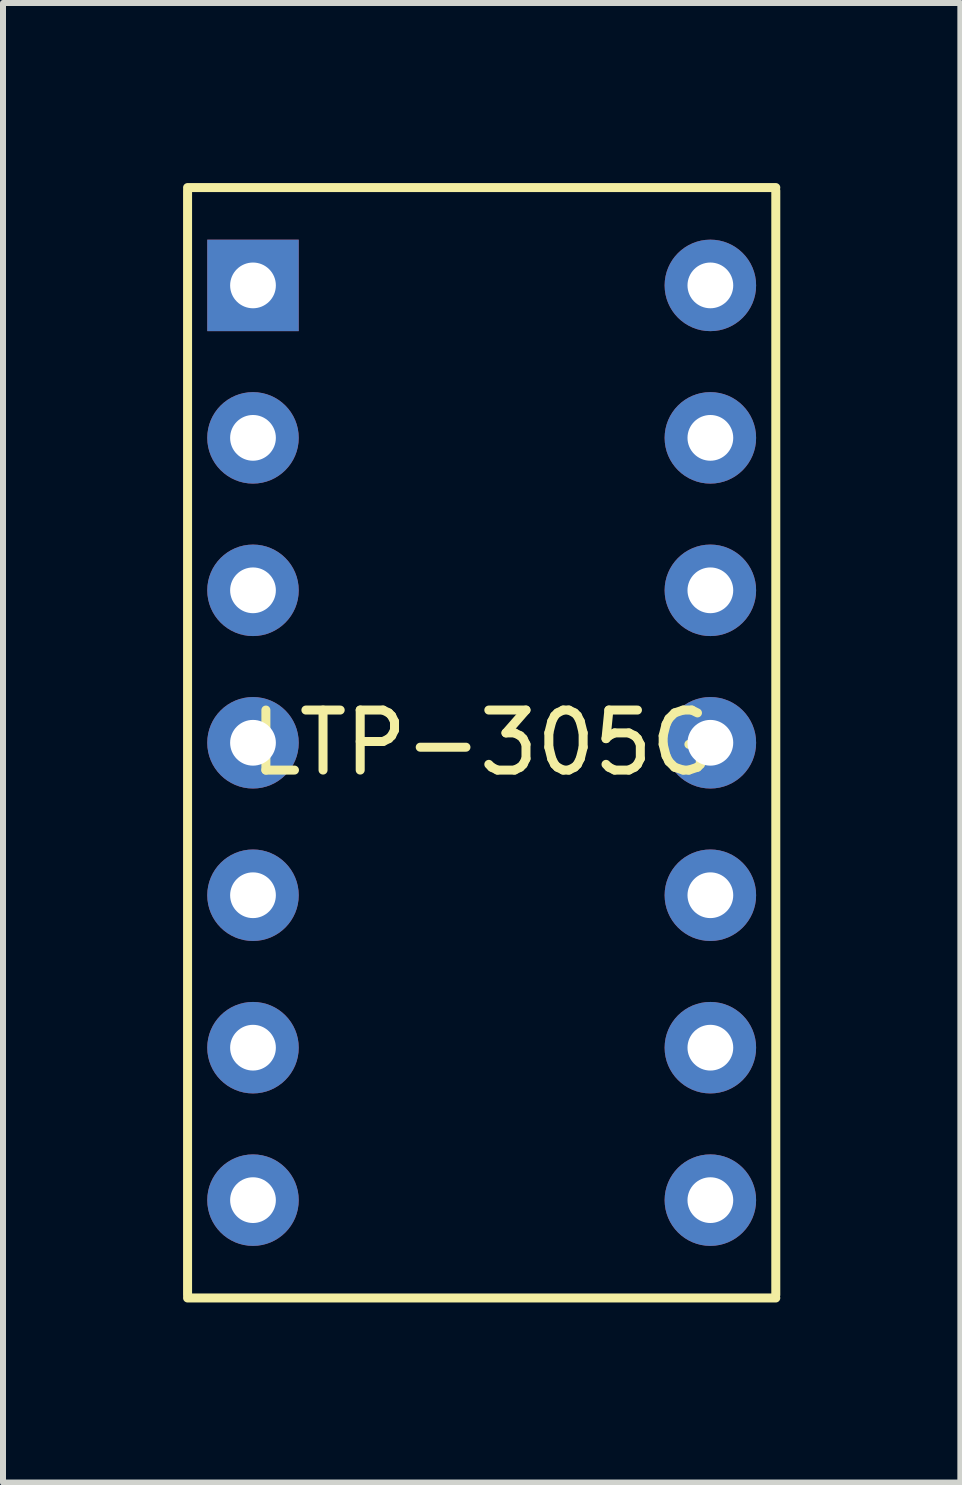
<source format=kicad_pcb>
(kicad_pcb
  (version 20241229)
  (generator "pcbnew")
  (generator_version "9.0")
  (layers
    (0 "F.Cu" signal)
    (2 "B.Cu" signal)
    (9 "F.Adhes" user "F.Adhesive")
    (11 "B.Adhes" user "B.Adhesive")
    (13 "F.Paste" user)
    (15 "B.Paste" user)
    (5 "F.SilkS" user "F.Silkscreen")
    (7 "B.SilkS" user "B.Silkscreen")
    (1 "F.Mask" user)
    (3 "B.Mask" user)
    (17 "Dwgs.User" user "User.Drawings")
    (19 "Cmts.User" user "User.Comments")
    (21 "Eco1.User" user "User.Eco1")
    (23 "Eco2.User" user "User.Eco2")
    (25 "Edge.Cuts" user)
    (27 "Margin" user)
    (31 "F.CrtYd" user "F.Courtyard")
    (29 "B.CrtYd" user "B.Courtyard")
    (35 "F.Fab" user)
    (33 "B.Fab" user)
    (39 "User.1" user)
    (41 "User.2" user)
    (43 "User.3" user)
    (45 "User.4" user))
  (footprint "LTP-305G"
    (layer "F.Cu")
    (at 4.975 9.325)
    (property "Reference" "LTP-305G" (at 0 0 0) (layer "F.SilkS") (effects (font (size 1 1) (thickness 0.15))))
    (attr through_hole)
    (fp_line (start -4.9 -9.2) (end -4.9 9.2) (stroke (width 0.15) (type solid)) (layer "F.SilkS"))
    (fp_line (start 4.9 -9.25) (end -4.9 -9.25) (stroke (width 0.15) (type solid)) (layer "F.SilkS"))
    (fp_line (start 4.9 -9.2) (end 4.9 9.2) (stroke (width 0.15) (type solid)) (layer "F.SilkS"))
    (fp_line (start 4.9 9.25) (end -4.9 9.25) (stroke (width 0.15) (type solid)) (layer "F.SilkS"))
    (pad "1" thru_hole rect (at -3.81 -7.62) (size 1.524 1.524) (drill 0.762) (layers "*.Cu" "*.Mask"))
    (pad "2" thru_hole circle (at -3.81 -5.08) (size 1.524 1.524) (drill 0.762) (layers "*.Cu" "*.Mask"))
    (pad "3" thru_hole circle (at -3.81 -2.54) (size 1.524 1.524) (drill 0.762) (layers "*.Cu" "*.Mask"))
    (pad "4" thru_hole circle (at -3.81 0) (size 1.524 1.524) (drill 0.762) (layers "*.Cu" "*.Mask"))
    (pad "5" thru_hole circle (at -3.81 2.54) (size 1.524 1.524) (drill 0.762) (layers "*.Cu" "*.Mask"))
    (pad "6" thru_hole circle (at -3.81 5.08) (size 1.524 1.524) (drill 0.762) (layers "*.Cu" "*.Mask"))
    (pad "7" thru_hole circle (at -3.81 7.62) (size 1.524 1.524) (drill 0.762) (layers "*.Cu" "*.Mask"))
    (pad "8" thru_hole circle (at 3.81 -7.62) (size 1.524 1.524) (drill 0.762) (layers "*.Cu" "*.Mask"))
    (pad "9" thru_hole circle (at 3.81 -5.08) (size 1.524 1.524) (drill 0.762) (layers "*.Cu" "*.Mask"))
    (pad "10" thru_hole circle (at 3.81 -2.54) (size 1.524 1.524) (drill 0.762) (layers "*.Cu" "*.Mask"))
    (pad "11" thru_hole circle (at 3.81 0) (size 1.524 1.524) (drill 0.762) (layers "*.Cu" "*.Mask"))
    (pad "12" thru_hole circle (at 3.81 2.54) (size 1.524 1.524) (drill 0.762) (layers "*.Cu" "*.Mask"))
    (pad "13" thru_hole circle (at 3.81 5.08) (size 1.524 1.524) (drill 0.762) (layers "*.Cu" "*.Mask"))
    (pad "14" thru_hole circle (at 3.81 7.62) (size 1.524 1.524) (drill 0.762) (layers "*.Cu" "*.Mask")))
  (gr_rect
    (start -3 -3)
    (end 12.95 21.65)
    (stroke (width 0.1) (type default))
    (fill no)
    (layer "Edge.Cuts")))
</source>
